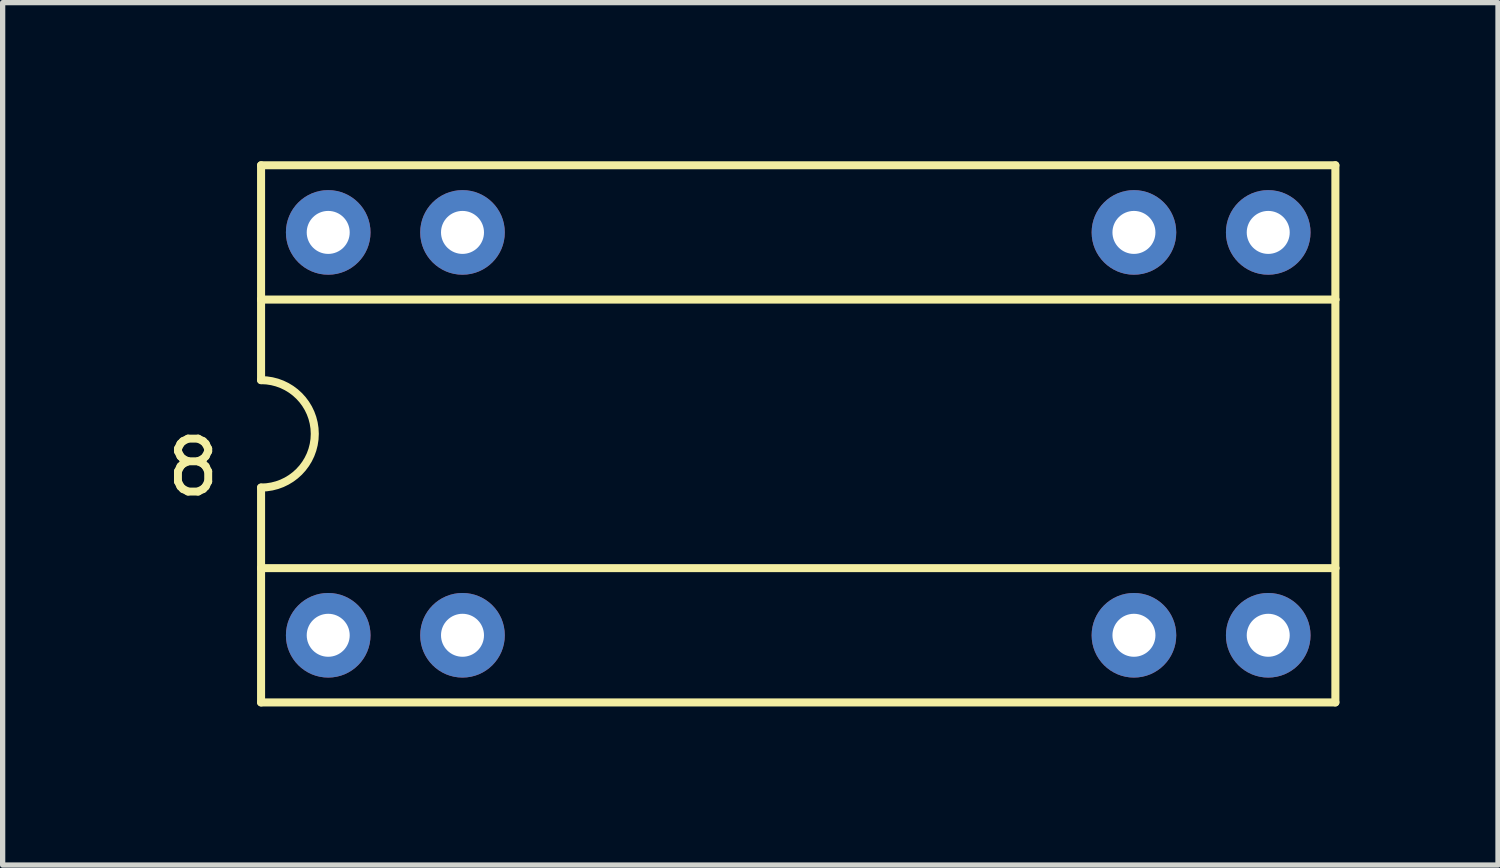
<source format=kicad_pcb>
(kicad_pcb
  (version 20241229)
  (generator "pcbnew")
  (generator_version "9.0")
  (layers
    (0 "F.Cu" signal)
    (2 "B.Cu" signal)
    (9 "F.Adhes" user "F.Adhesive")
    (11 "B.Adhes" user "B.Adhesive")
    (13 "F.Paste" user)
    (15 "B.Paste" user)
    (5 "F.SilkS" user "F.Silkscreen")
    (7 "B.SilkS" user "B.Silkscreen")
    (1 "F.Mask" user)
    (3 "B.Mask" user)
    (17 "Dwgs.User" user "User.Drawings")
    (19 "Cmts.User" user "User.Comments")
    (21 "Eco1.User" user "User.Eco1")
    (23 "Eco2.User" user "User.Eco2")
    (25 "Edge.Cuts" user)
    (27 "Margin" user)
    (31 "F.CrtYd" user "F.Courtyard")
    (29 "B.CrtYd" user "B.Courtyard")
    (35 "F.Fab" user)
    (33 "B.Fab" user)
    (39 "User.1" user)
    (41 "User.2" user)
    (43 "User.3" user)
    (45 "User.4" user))
  (footprint "8"
    (layer "F.Cu")
    (at 12.048 5.156)
    (property "Reference" "8" (at -11.446 0.636 180) (layer "F.SilkS") (effects (font (size 1.001 1.001) (thickness 0.15))))
    (attr through_hole)
    (fp_line (start -10.16 -5.08) (end -10.16 -2.54) (stroke (width 0.152) (type solid)) (layer "F.SilkS"))
    (fp_line (start -10.16 -2.54) (end -10.16 -1.016) (stroke (width 0.152) (type solid)) (layer "F.SilkS"))
    (fp_line (start -10.16 -2.54) (end 10.16 -2.54) (stroke (width 0.152) (type solid)) (layer "F.SilkS"))
    (fp_line (start -10.16 2.54) (end -10.16 1.016) (stroke (width 0.152) (type solid)) (layer "F.SilkS"))
    (fp_line (start -10.16 2.54) (end 10.16 2.54) (stroke (width 0.152) (type solid)) (layer "F.SilkS"))
    (fp_line (start -10.16 5.08) (end -10.16 2.54) (stroke (width 0.152) (type solid)) (layer "F.SilkS"))
    (fp_line (start -10.16 5.08) (end 10.16 5.08) (stroke (width 0.152) (type solid)) (layer "F.SilkS"))
    (fp_line (start 10.16 -5.08) (end -10.16 -5.08) (stroke (width 0.152) (type solid)) (layer "F.SilkS"))
    (fp_line (start 10.16 -5.08) (end 10.16 -2.54) (stroke (width 0.152) (type solid)) (layer "F.SilkS"))
    (fp_line (start 10.16 -2.54) (end 10.16 2.54) (stroke (width 0.152) (type solid)) (layer "F.SilkS"))
    (fp_line (start 10.16 2.54) (end 10.16 5.08) (stroke (width 0.152) (type solid)) (layer "F.SilkS"))
    (fp_arc (start -10.16 -1.016) (mid -9.144 0) (end -10.16 1.016) (stroke (width 0.1524) (type solid)) (layer "F.SilkS"))
    (pad "1" thru_hole circle (at -8.89 3.81) (size 1.6 1.6) (drill 0.813) (layers "*.Cu" "*.Mask"))
    (pad "2" thru_hole circle (at -6.35 3.81) (size 1.6 1.6) (drill 0.813) (layers "*.Cu" "*.Mask"))
    (pad "7" thru_hole circle (at 6.35 3.81) (size 1.6 1.6) (drill 0.813) (layers "*.Cu" "*.Mask"))
    (pad "8" thru_hole circle (at 8.89 3.81) (size 1.6 1.6) (drill 0.813) (layers "*.Cu" "*.Mask"))
    (pad "9" thru_hole circle (at 8.89 -3.81) (size 1.6 1.6) (drill 0.813) (layers "*.Cu" "*.Mask"))
    (pad "10" thru_hole circle (at 6.35 -3.81) (size 1.6 1.6) (drill 0.813) (layers "*.Cu" "*.Mask"))
    (pad "15" thru_hole circle (at -6.35 -3.81) (size 1.6 1.6) (drill 0.813) (layers "*.Cu" "*.Mask"))
    (pad "16" thru_hole circle (at -8.89 -3.81) (size 1.6 1.6) (drill 0.813) (layers "*.Cu" "*.Mask")))
  (gr_rect
    (start -3 -3)
    (end 25.284 13.312)
    (stroke (width 0.1) (type default))
    (fill no)
    (layer "Edge.Cuts")))
</source>
